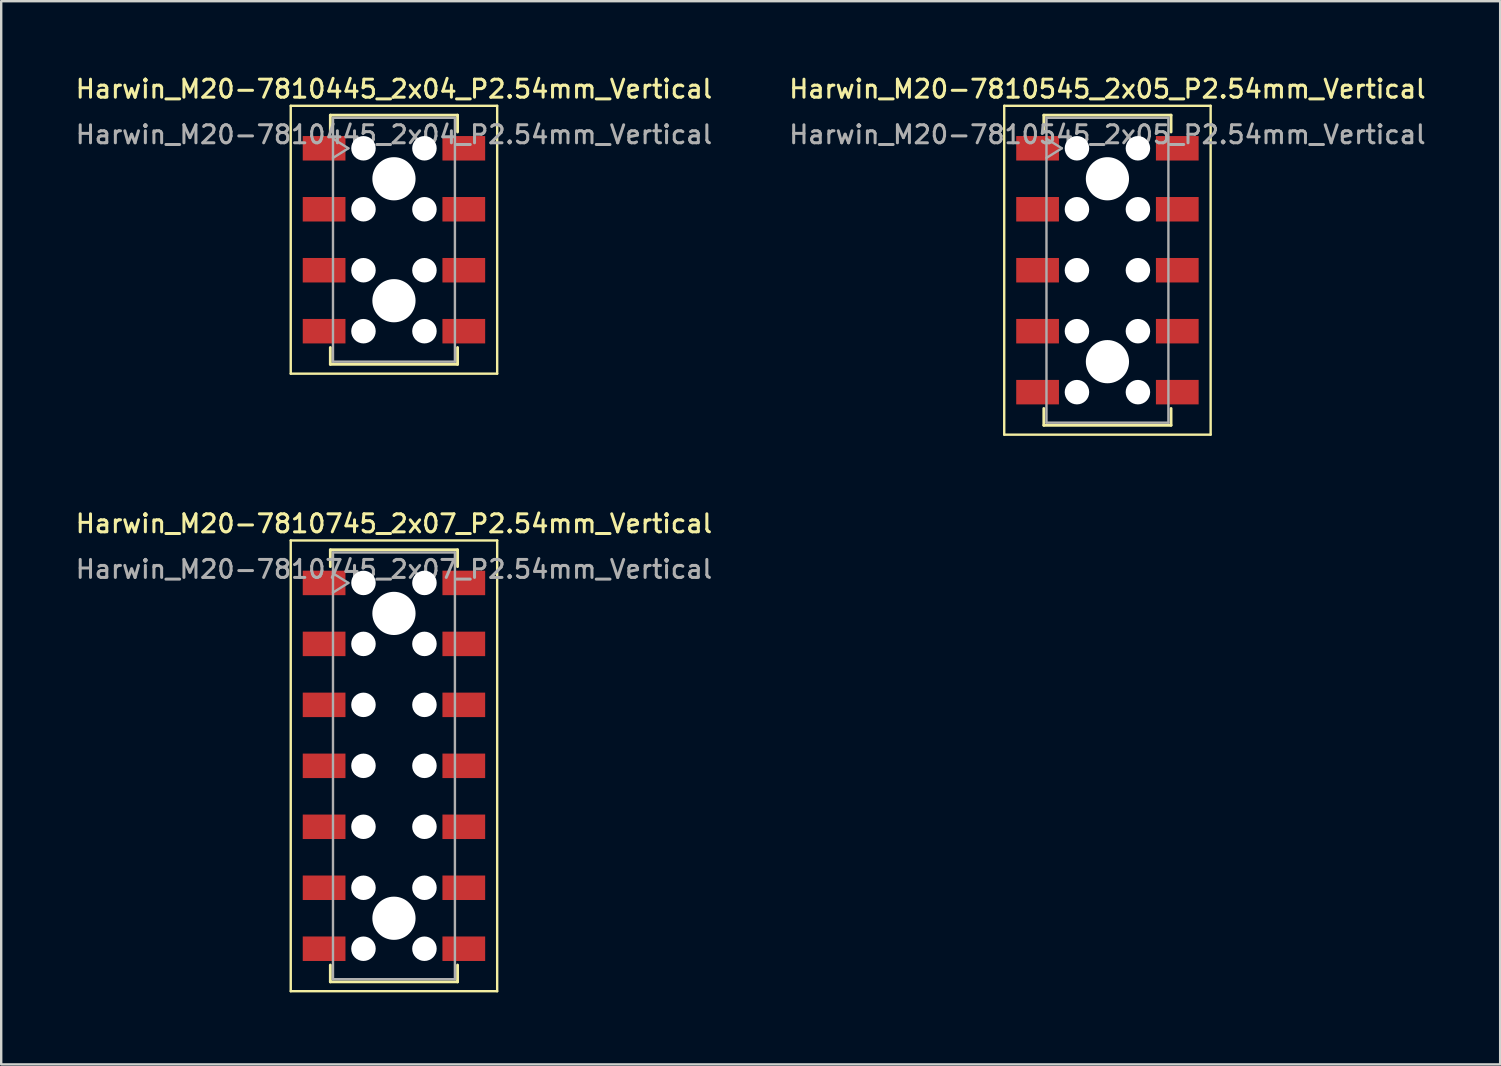
<source format=kicad_pcb>
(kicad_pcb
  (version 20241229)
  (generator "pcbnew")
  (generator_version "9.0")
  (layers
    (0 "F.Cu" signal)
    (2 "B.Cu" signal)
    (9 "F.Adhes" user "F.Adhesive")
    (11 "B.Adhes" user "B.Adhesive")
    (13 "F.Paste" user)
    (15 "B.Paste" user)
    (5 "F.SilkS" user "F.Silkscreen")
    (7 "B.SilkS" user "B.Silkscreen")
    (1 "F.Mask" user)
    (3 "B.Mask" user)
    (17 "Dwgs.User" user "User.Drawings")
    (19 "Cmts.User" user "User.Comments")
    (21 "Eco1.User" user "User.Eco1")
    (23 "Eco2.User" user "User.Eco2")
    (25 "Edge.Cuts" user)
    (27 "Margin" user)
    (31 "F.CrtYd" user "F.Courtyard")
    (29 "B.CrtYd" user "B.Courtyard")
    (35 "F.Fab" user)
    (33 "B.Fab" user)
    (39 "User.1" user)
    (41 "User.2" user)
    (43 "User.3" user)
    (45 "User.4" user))
  (footprint "Harwin_M20-7810445_2x04_P2.54mm_Vertical"
    (layer "F.Cu")
    (at 13.363 6.938)
    (property "Reference" "Harwin_M20-7810445_2x04_P2.54mm_Vertical" (at 0 -6.28 0) (layer "F.SilkS") (effects (font (size 0.75 0.75) (thickness 0.125))))
    (attr smd)
    (fp_line (start -4.3 -5.58) (end 4.3 -5.58) (stroke (width 0.1) (type solid)) (layer "F.SilkS"))
    (fp_line (start -4.3 5.58) (end -4.3 -5.58) (stroke (width 0.1) (type solid)) (layer "F.SilkS"))
    (fp_line (start -2.65 -5.19) (end 2.65 -5.19) (stroke (width 0.12) (type solid)) (layer "F.SilkS"))
    (fp_line (start -2.65 -4.49) (end -2.65 -5.19) (stroke (width 0.12) (type solid)) (layer "F.SilkS"))
    (fp_line (start -2.65 4.49) (end -2.65 5.19) (stroke (width 0.12) (type solid)) (layer "F.SilkS"))
    (fp_line (start -2.65 5.19) (end 2.65 5.19) (stroke (width 0.12) (type solid)) (layer "F.SilkS"))
    (fp_line (start 2.65 -5.19) (end 2.65 -4.49) (stroke (width 0.12) (type solid)) (layer "F.SilkS"))
    (fp_line (start 2.65 5.19) (end 2.65 4.49) (stroke (width 0.12) (type solid)) (layer "F.SilkS"))
    (fp_line (start 4.3 -5.58) (end 4.3 5.58) (stroke (width 0.1) (type solid)) (layer "F.SilkS"))
    (fp_line (start 4.3 5.58) (end -4.3 5.58) (stroke (width 0.1) (type solid)) (layer "F.SilkS"))
    (fp_line (start -2.54 -5.08) (end 2.54 -5.08) (stroke (width 0.1) (type solid)) (layer "F.Fab"))
    (fp_line (start -2.54 -4.21) (end -1.9 -3.81) (stroke (width 0.1) (type solid)) (layer "F.Fab"))
    (fp_line (start -2.54 5.08) (end -2.54 -5.08) (stroke (width 0.1) (type solid)) (layer "F.Fab"))
    (fp_line (start -1.9 -3.81) (end -2.54 -3.41) (stroke (width 0.1) (type solid)) (layer "F.Fab"))
    (fp_line (start 2.54 -5.08) (end 2.54 5.08) (stroke (width 0.1) (type solid)) (layer "F.Fab"))
    (fp_line (start 2.54 5.08) (end -2.54 5.08) (stroke (width 0.1) (type solid)) (layer "F.Fab"))
    (fp_text user "${REFERENCE}" (at 0 -4.38 0) (layer "F.Fab") (effects (font (size 0.75 0.75) (thickness 0.125))))
    (pad "" np_thru_hole circle (at -1.27 -3.81) (size 1.02 1.02) (drill 1.02) (layers "*.Cu" "*.Mask"))
    (pad "" np_thru_hole circle (at -1.27 -1.27) (size 1.02 1.02) (drill 1.02) (layers "*.Cu" "*.Mask"))
    (pad "" np_thru_hole circle (at -1.27 1.27) (size 1.02 1.02) (drill 1.02) (layers "*.Cu" "*.Mask"))
    (pad "" np_thru_hole circle (at -1.27 3.81) (size 1.02 1.02) (drill 1.02) (layers "*.Cu" "*.Mask"))
    (pad "" np_thru_hole circle (at 0 -2.54) (size 1.8 1.8) (drill 1.8) (layers "*.Cu" "*.Mask"))
    (pad "" np_thru_hole circle (at 0 2.54) (size 1.8 1.8) (drill 1.8) (layers "*.Cu" "*.Mask"))
    (pad "" np_thru_hole circle (at 1.27 -3.81) (size 1.02 1.02) (drill 1.02) (layers "*.Cu" "*.Mask"))
    (pad "" np_thru_hole circle (at 1.27 -1.27) (size 1.02 1.02) (drill 1.02) (layers "*.Cu" "*.Mask"))
    (pad "" np_thru_hole circle (at 1.27 1.27) (size 1.02 1.02) (drill 1.02) (layers "*.Cu" "*.Mask"))
    (pad "" np_thru_hole circle (at 1.27 3.81) (size 1.02 1.02) (drill 1.02) (layers "*.Cu" "*.Mask"))
    (pad "1" smd rect (at -2.91 -3.81) (size 1.78 1.02) (layers "F.Cu" "F.Mask" "F.Paste"))
    (pad "2" smd rect (at -2.91 -1.27) (size 1.78 1.02) (layers "F.Cu" "F.Mask" "F.Paste"))
    (pad "3" smd rect (at -2.91 1.27) (size 1.78 1.02) (layers "F.Cu" "F.Mask" "F.Paste"))
    (pad "4" smd rect (at -2.91 3.81) (size 1.78 1.02) (layers "F.Cu" "F.Mask" "F.Paste"))
    (pad "5" smd rect (at 2.91 -3.81) (size 1.78 1.02) (layers "F.Cu" "F.Mask" "F.Paste"))
    (pad "6" smd rect (at 2.91 -1.27) (size 1.78 1.02) (layers "F.Cu" "F.Mask" "F.Paste"))
    (pad "7" smd rect (at 2.91 1.27) (size 1.78 1.02) (layers "F.Cu" "F.Mask" "F.Paste"))
    (pad "8" smd rect (at 2.91 3.81) (size 1.78 1.02) (layers "F.Cu" "F.Mask" "F.Paste")))
  (footprint "Harwin_M20-7810545_2x05_P2.54mm_Vertical"
    (layer "F.Cu")
    (at 43.088 8.208)
    (property "Reference" "Harwin_M20-7810545_2x05_P2.54mm_Vertical" (at 0 -7.55 0) (layer "F.SilkS") (effects (font (size 0.75 0.75) (thickness 0.125))))
    (attr smd)
    (fp_line (start -4.3 -6.85) (end 4.3 -6.85) (stroke (width 0.1) (type solid)) (layer "F.SilkS"))
    (fp_line (start -4.3 6.85) (end -4.3 -6.85) (stroke (width 0.1) (type solid)) (layer "F.SilkS"))
    (fp_line (start -2.65 -6.46) (end 2.65 -6.46) (stroke (width 0.12) (type solid)) (layer "F.SilkS"))
    (fp_line (start -2.65 -5.76) (end -2.65 -6.46) (stroke (width 0.12) (type solid)) (layer "F.SilkS"))
    (fp_line (start -2.65 5.76) (end -2.65 6.46) (stroke (width 0.12) (type solid)) (layer "F.SilkS"))
    (fp_line (start -2.65 6.46) (end 2.65 6.46) (stroke (width 0.12) (type solid)) (layer "F.SilkS"))
    (fp_line (start 2.65 -6.46) (end 2.65 -5.76) (stroke (width 0.12) (type solid)) (layer "F.SilkS"))
    (fp_line (start 2.65 6.46) (end 2.65 5.76) (stroke (width 0.12) (type solid)) (layer "F.SilkS"))
    (fp_line (start 4.3 -6.85) (end 4.3 6.85) (stroke (width 0.1) (type solid)) (layer "F.SilkS"))
    (fp_line (start 4.3 6.85) (end -4.3 6.85) (stroke (width 0.1) (type solid)) (layer "F.SilkS"))
    (fp_line (start -2.54 -6.35) (end 2.54 -6.35) (stroke (width 0.1) (type solid)) (layer "F.Fab"))
    (fp_line (start -2.54 -5.48) (end -1.9 -5.08) (stroke (width 0.1) (type solid)) (layer "F.Fab"))
    (fp_line (start -2.54 6.35) (end -2.54 -6.35) (stroke (width 0.1) (type solid)) (layer "F.Fab"))
    (fp_line (start -1.9 -5.08) (end -2.54 -4.68) (stroke (width 0.1) (type solid)) (layer "F.Fab"))
    (fp_line (start 2.54 -6.35) (end 2.54 6.35) (stroke (width 0.1) (type solid)) (layer "F.Fab"))
    (fp_line (start 2.54 6.35) (end -2.54 6.35) (stroke (width 0.1) (type solid)) (layer "F.Fab"))
    (fp_text user "${REFERENCE}" (at 0 -5.65 0) (layer "F.Fab") (effects (font (size 0.75 0.75) (thickness 0.125))))
    (pad "" np_thru_hole circle (at -1.27 -5.08) (size 1.02 1.02) (drill 1.02) (layers "*.Cu" "*.Mask"))
    (pad "" np_thru_hole circle (at -1.27 -2.54) (size 1.02 1.02) (drill 1.02) (layers "*.Cu" "*.Mask"))
    (pad "" np_thru_hole circle (at -1.27 0) (size 1.02 1.02) (drill 1.02) (layers "*.Cu" "*.Mask"))
    (pad "" np_thru_hole circle (at -1.27 2.54) (size 1.02 1.02) (drill 1.02) (layers "*.Cu" "*.Mask"))
    (pad "" np_thru_hole circle (at -1.27 5.08) (size 1.02 1.02) (drill 1.02) (layers "*.Cu" "*.Mask"))
    (pad "" np_thru_hole circle (at 0 -3.81) (size 1.8 1.8) (drill 1.8) (layers "*.Cu" "*.Mask"))
    (pad "" np_thru_hole circle (at 0 3.81) (size 1.8 1.8) (drill 1.8) (layers "*.Cu" "*.Mask"))
    (pad "" np_thru_hole circle (at 1.27 -5.08) (size 1.02 1.02) (drill 1.02) (layers "*.Cu" "*.Mask"))
    (pad "" np_thru_hole circle (at 1.27 -2.54) (size 1.02 1.02) (drill 1.02) (layers "*.Cu" "*.Mask"))
    (pad "" np_thru_hole circle (at 1.27 0) (size 1.02 1.02) (drill 1.02) (layers "*.Cu" "*.Mask"))
    (pad "" np_thru_hole circle (at 1.27 2.54) (size 1.02 1.02) (drill 1.02) (layers "*.Cu" "*.Mask"))
    (pad "" np_thru_hole circle (at 1.27 5.08) (size 1.02 1.02) (drill 1.02) (layers "*.Cu" "*.Mask"))
    (pad "1" smd rect (at -2.91 -5.08) (size 1.78 1.02) (layers "F.Cu" "F.Mask" "F.Paste"))
    (pad "2" smd rect (at -2.91 -2.54) (size 1.78 1.02) (layers "F.Cu" "F.Mask" "F.Paste"))
    (pad "3" smd rect (at -2.91 0) (size 1.78 1.02) (layers "F.Cu" "F.Mask" "F.Paste"))
    (pad "4" smd rect (at -2.91 2.54) (size 1.78 1.02) (layers "F.Cu" "F.Mask" "F.Paste"))
    (pad "5" smd rect (at -2.91 5.08) (size 1.78 1.02) (layers "F.Cu" "F.Mask" "F.Paste"))
    (pad "6" smd rect (at 2.91 -5.08) (size 1.78 1.02) (layers "F.Cu" "F.Mask" "F.Paste"))
    (pad "7" smd rect (at 2.91 -2.54) (size 1.78 1.02) (layers "F.Cu" "F.Mask" "F.Paste"))
    (pad "8" smd rect (at 2.91 0) (size 1.78 1.02) (layers "F.Cu" "F.Mask" "F.Paste"))
    (pad "9" smd rect (at 2.91 2.54) (size 1.78 1.02) (layers "F.Cu" "F.Mask" "F.Paste"))
    (pad "10" smd rect (at 2.91 5.08) (size 1.78 1.02) (layers "F.Cu" "F.Mask" "F.Paste")))
  (footprint "Harwin_M20-7810745_2x07_P2.54mm_Vertical"
    (layer "F.Cu")
    (at 13.363 28.856)
    (property "Reference" "Harwin_M20-7810745_2x07_P2.54mm_Vertical" (at 0 -10.09 0) (layer "F.SilkS") (effects (font (size 0.75 0.75) (thickness 0.125))))
    (attr smd)
    (fp_line (start -4.3 -9.39) (end 4.3 -9.39) (stroke (width 0.1) (type solid)) (layer "F.SilkS"))
    (fp_line (start -4.3 9.39) (end -4.3 -9.39) (stroke (width 0.1) (type solid)) (layer "F.SilkS"))
    (fp_line (start -2.65 -9) (end 2.65 -9) (stroke (width 0.12) (type solid)) (layer "F.SilkS"))
    (fp_line (start -2.65 -8.3) (end -2.65 -9) (stroke (width 0.12) (type solid)) (layer "F.SilkS"))
    (fp_line (start -2.65 8.3) (end -2.65 9) (stroke (width 0.12) (type solid)) (layer "F.SilkS"))
    (fp_line (start -2.65 9) (end 2.65 9) (stroke (width 0.12) (type solid)) (layer "F.SilkS"))
    (fp_line (start 2.65 -9) (end 2.65 -8.3) (stroke (width 0.12) (type solid)) (layer "F.SilkS"))
    (fp_line (start 2.65 9) (end 2.65 8.3) (stroke (width 0.12) (type solid)) (layer "F.SilkS"))
    (fp_line (start 4.3 -9.39) (end 4.3 9.39) (stroke (width 0.1) (type solid)) (layer "F.SilkS"))
    (fp_line (start 4.3 9.39) (end -4.3 9.39) (stroke (width 0.1) (type solid)) (layer "F.SilkS"))
    (fp_line (start -2.54 -8.89) (end 2.54 -8.89) (stroke (width 0.1) (type solid)) (layer "F.Fab"))
    (fp_line (start -2.54 -8.02) (end -1.9 -7.62) (stroke (width 0.1) (type solid)) (layer "F.Fab"))
    (fp_line (start -2.54 8.89) (end -2.54 -8.89) (stroke (width 0.1) (type solid)) (layer "F.Fab"))
    (fp_line (start -1.9 -7.62) (end -2.54 -7.22) (stroke (width 0.1) (type solid)) (layer "F.Fab"))
    (fp_line (start 2.54 -8.89) (end 2.54 8.89) (stroke (width 0.1) (type solid)) (layer "F.Fab"))
    (fp_line (start 2.54 8.89) (end -2.54 8.89) (stroke (width 0.1) (type solid)) (layer "F.Fab"))
    (fp_text user "${REFERENCE}" (at 0 -8.19 0) (layer "F.Fab") (effects (font (size 0.75 0.75) (thickness 0.125))))
    (pad "" np_thru_hole circle (at -1.27 -7.62) (size 1.02 1.02) (drill 1.02) (layers "*.Cu" "*.Mask"))
    (pad "" np_thru_hole circle (at -1.27 -5.08) (size 1.02 1.02) (drill 1.02) (layers "*.Cu" "*.Mask"))
    (pad "" np_thru_hole circle (at -1.27 -2.54) (size 1.02 1.02) (drill 1.02) (layers "*.Cu" "*.Mask"))
    (pad "" np_thru_hole circle (at -1.27 0) (size 1.02 1.02) (drill 1.02) (layers "*.Cu" "*.Mask"))
    (pad "" np_thru_hole circle (at -1.27 2.54) (size 1.02 1.02) (drill 1.02) (layers "*.Cu" "*.Mask"))
    (pad "" np_thru_hole circle (at -1.27 5.08) (size 1.02 1.02) (drill 1.02) (layers "*.Cu" "*.Mask"))
    (pad "" np_thru_hole circle (at -1.27 7.62) (size 1.02 1.02) (drill 1.02) (layers "*.Cu" "*.Mask"))
    (pad "" np_thru_hole circle (at 0 -6.35) (size 1.8 1.8) (drill 1.8) (layers "*.Cu" "*.Mask"))
    (pad "" np_thru_hole circle (at 0 6.35) (size 1.8 1.8) (drill 1.8) (layers "*.Cu" "*.Mask"))
    (pad "" np_thru_hole circle (at 1.27 -7.62) (size 1.02 1.02) (drill 1.02) (layers "*.Cu" "*.Mask"))
    (pad "" np_thru_hole circle (at 1.27 -5.08) (size 1.02 1.02) (drill 1.02) (layers "*.Cu" "*.Mask"))
    (pad "" np_thru_hole circle (at 1.27 -2.54) (size 1.02 1.02) (drill 1.02) (layers "*.Cu" "*.Mask"))
    (pad "" np_thru_hole circle (at 1.27 0) (size 1.02 1.02) (drill 1.02) (layers "*.Cu" "*.Mask"))
    (pad "" np_thru_hole circle (at 1.27 2.54) (size 1.02 1.02) (drill 1.02) (layers "*.Cu" "*.Mask"))
    (pad "" np_thru_hole circle (at 1.27 5.08) (size 1.02 1.02) (drill 1.02) (layers "*.Cu" "*.Mask"))
    (pad "" np_thru_hole circle (at 1.27 7.62) (size 1.02 1.02) (drill 1.02) (layers "*.Cu" "*.Mask"))
    (pad "1" smd rect (at -2.91 -7.62) (size 1.78 1.02) (layers "F.Cu" "F.Mask" "F.Paste"))
    (pad "2" smd rect (at -2.91 -5.08) (size 1.78 1.02) (layers "F.Cu" "F.Mask" "F.Paste"))
    (pad "3" smd rect (at -2.91 -2.54) (size 1.78 1.02) (layers "F.Cu" "F.Mask" "F.Paste"))
    (pad "4" smd rect (at -2.91 0) (size 1.78 1.02) (layers "F.Cu" "F.Mask" "F.Paste"))
    (pad "5" smd rect (at -2.91 2.54) (size 1.78 1.02) (layers "F.Cu" "F.Mask" "F.Paste"))
    (pad "6" smd rect (at -2.91 5.08) (size 1.78 1.02) (layers "F.Cu" "F.Mask" "F.Paste"))
    (pad "7" smd rect (at -2.91 7.62) (size 1.78 1.02) (layers "F.Cu" "F.Mask" "F.Paste"))
    (pad "8" smd rect (at 2.91 -7.62) (size 1.78 1.02) (layers "F.Cu" "F.Mask" "F.Paste"))
    (pad "9" smd rect (at 2.91 -5.08) (size 1.78 1.02) (layers "F.Cu" "F.Mask" "F.Paste"))
    (pad "10" smd rect (at 2.91 -2.54) (size 1.78 1.02) (layers "F.Cu" "F.Mask" "F.Paste"))
    (pad "11" smd rect (at 2.91 0) (size 1.78 1.02) (layers "F.Cu" "F.Mask" "F.Paste"))
    (pad "12" smd rect (at 2.91 2.54) (size 1.78 1.02) (layers "F.Cu" "F.Mask" "F.Paste"))
    (pad "13" smd rect (at 2.91 5.08) (size 1.78 1.02) (layers "F.Cu" "F.Mask" "F.Paste"))
    (pad "14" smd rect (at 2.91 7.62) (size 1.78 1.02) (layers "F.Cu" "F.Mask" "F.Paste")))
  (gr_rect
    (start -3 -3)
    (end 59.45 41.296)
    (stroke (width 0.1) (type default))
    (fill no)
    (layer "Edge.Cuts")))
</source>
